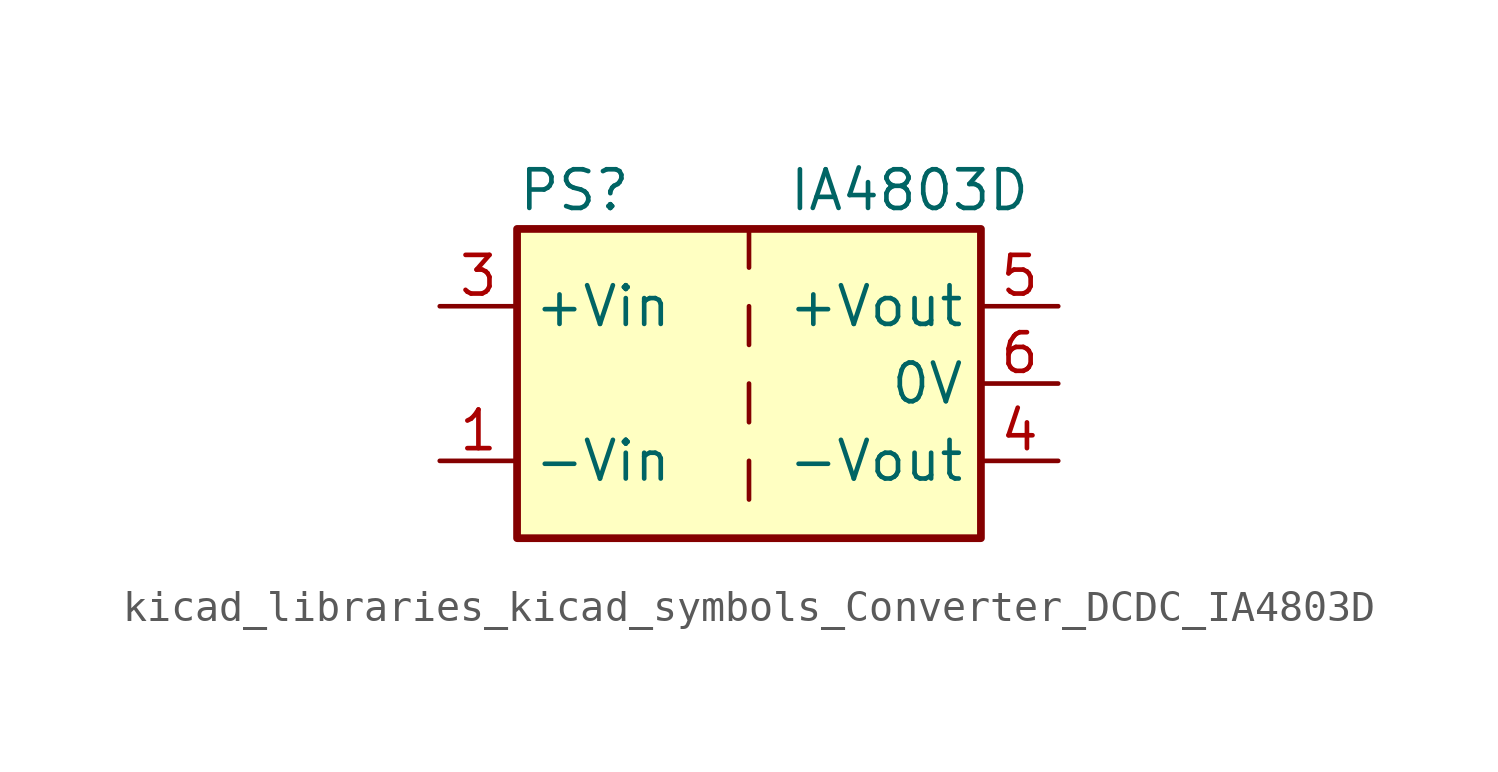
<source format=kicad_sym>
(kicad_symbol_lib
  (version 20220914)
  (generator kicad_symbol_editor)
  (symbol "kicad_libraries_kicad_symbols_Converter_DCDC_IA4803D"
    (property "Reference" "PS"
      (at -7.62 6.35 0)
      (effects (font (size 1.27 1.27)) (justify left)))
    (property "Value" "IA4803D"
      (at 1.27 6.35 0)
      (effects (font (size 1.27 1.27)) (justify left)))
    (symbol "kicad_libraries_kicad_symbols_Converter_DCDC_IA4803D_0_0"
      (pin power_in line (at -10.16 -2.54 0) (length 2.54) (name "-Vin" (effects (font (size 1.27 1.27)))) (number "1" (effects (font (size 1.27 1.27)))))
      (pin power_in line (at -10.16 2.54 0) (length 2.54) (name "+Vin" (effects (font (size 1.27 1.27)))) (number "3" (effects (font (size 1.27 1.27)))))
      (pin power_out line (at 10.16 -2.54 180) (length 2.54) (name "-Vout" (effects (font (size 1.27 1.27)))) (number "4" (effects (font (size 1.27 1.27)))))
      (pin power_out line (at 10.16 2.54 180) (length 2.54) (name "+Vout" (effects (font (size 1.27 1.27)))) (number "5" (effects (font (size 1.27 1.27)))))
      (pin power_out line (at 10.16 0 180) (length 2.54) (name "0V" (effects (font (size 1.27 1.27)))) (number "6" (effects (font (size 1.27 1.27))))))
    (symbol "kicad_libraries_kicad_symbols_Converter_DCDC_IA4803D_0_1"
      (rectangle (start -7.62 5.08) (end 7.62 -5.08) (stroke (width 0.254) (type default)) (fill (type background)))
      (polyline (pts (xy 0 -2.54) (xy 0 -3.81)) (stroke (width 0) (type default)) (fill (type none)))
      (polyline (pts (xy 0 0) (xy 0 -1.27)) (stroke (width 0) (type default)) (fill (type none)))
      (polyline (pts (xy 0 2.54) (xy 0 1.27)) (stroke (width 0) (type default)) (fill (type none)))
      (polyline (pts (xy 0 5.08) (xy 0 3.81)) (stroke (width 0) (type default)) (fill (type none))))
    (symbol "kicad_libraries_kicad_symbols_Converter_DCDC_IA4803D_1_1"
      (pin no_connect line (at 0 -5.08 90) (length 2.54) hide (name "NC" (effects (font (size 1.27 1.27)))) (number "2" (effects (font (size 1.27 1.27))))))))
</source>
